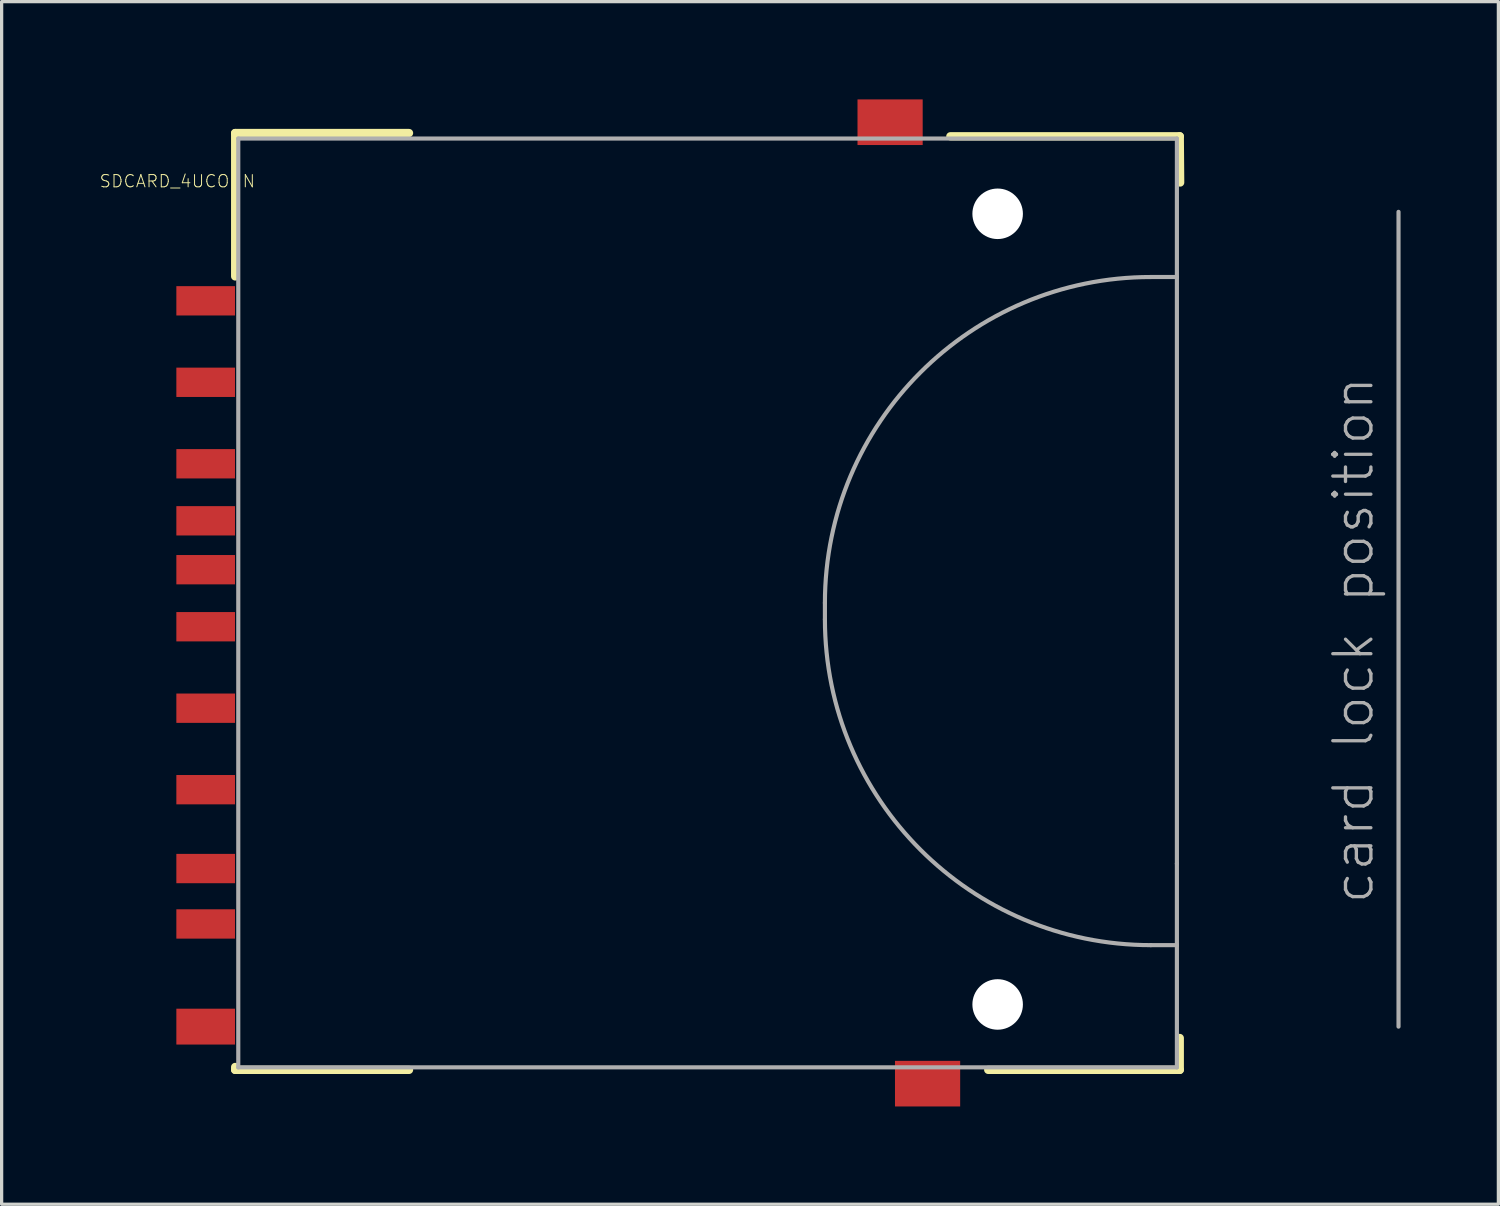
<source format=kicad_pcb>
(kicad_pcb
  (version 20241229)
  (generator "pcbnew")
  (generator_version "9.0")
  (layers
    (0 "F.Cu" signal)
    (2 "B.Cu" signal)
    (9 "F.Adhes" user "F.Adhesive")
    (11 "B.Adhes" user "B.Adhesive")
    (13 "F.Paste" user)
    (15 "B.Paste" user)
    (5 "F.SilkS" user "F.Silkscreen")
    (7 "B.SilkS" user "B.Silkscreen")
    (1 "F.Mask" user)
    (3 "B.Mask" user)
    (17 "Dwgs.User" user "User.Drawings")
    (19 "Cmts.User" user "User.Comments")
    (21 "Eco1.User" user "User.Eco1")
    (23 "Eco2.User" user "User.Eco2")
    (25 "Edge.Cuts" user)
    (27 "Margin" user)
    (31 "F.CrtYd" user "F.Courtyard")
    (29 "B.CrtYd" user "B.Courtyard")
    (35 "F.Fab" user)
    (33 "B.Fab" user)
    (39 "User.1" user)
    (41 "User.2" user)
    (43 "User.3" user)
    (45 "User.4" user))
  (footprint "SDCARD_4UCONN"
    (layer "F.Cu")
    (at 4.261 15.45)
    (property "Reference" "SDCARD_4UCONN" (at 0.54 -12.94 180) (layer "F.SilkS") (effects (font (size 0.376 0.376) (thickness 0.03)) (justify right)))
    (fp_line (start -0.095 -14.418) (end 5.239 -14.418) (stroke (width 0.254) (type solid)) (layer "F.SilkS"))
    (fp_line (start -0.095 -10.019) (end -0.095 -14.418) (stroke (width 0.254) (type solid)) (layer "F.SilkS"))
    (fp_line (start -0.095 14.238) (end -0.095 14.327) (stroke (width 0.254) (type solid)) (layer "F.SilkS"))
    (fp_line (start -0.095 14.327) (end 5.239 14.327) (stroke (width 0.254) (type solid)) (layer "F.SilkS"))
    (fp_line (start 21.849 -14.318) (end 28.888 -14.318) (stroke (width 0.254) (type solid)) (layer "F.SilkS"))
    (fp_line (start 23.011 14.327) (end 28.888 14.327) (stroke (width 0.254) (type solid)) (layer "F.SilkS"))
    (fp_line (start 28.888 -14.318) (end 28.9 -12.9) (stroke (width 0.254) (type solid)) (layer "F.SilkS"))
    (fp_line (start 28.888 14.327) (end 28.888 13.349) (stroke (width 0.254) (type solid)) (layer "F.SilkS"))
    (fp_line (start 0 -14.25) (end 28.8 -14.25) (stroke (width 0.127) (type solid)) (layer "F.Fab"))
    (fp_line (start 0 14.25) (end 0 -14.25) (stroke (width 0.127) (type solid)) (layer "F.Fab"))
    (fp_line (start 18 0) (end 18 0.5) (stroke (width 0.127) (type solid)) (layer "F.Fab"))
    (fp_line (start 28 10.5) (end 28.8 10.5) (stroke (width 0.127) (type solid)) (layer "F.Fab"))
    (fp_line (start 28.8 -14.25) (end 28.8 -10) (stroke (width 0.127) (type solid)) (layer "F.Fab"))
    (fp_line (start 28.8 -10) (end 28 -10) (stroke (width 0.127) (type solid)) (layer "F.Fab"))
    (fp_line (start 28.8 -10) (end 28.8 8) (stroke (width 0.127) (type solid)) (layer "F.Fab"))
    (fp_line (start 28.8 8) (end 28.8 10.5) (stroke (width 0.127) (type solid)) (layer "F.Fab"))
    (fp_line (start 28.8 10.5) (end 28.8 14.25) (stroke (width 0.127) (type solid)) (layer "F.Fab"))
    (fp_line (start 28.8 14.25) (end 0 14.25) (stroke (width 0.127) (type solid)) (layer "F.Fab"))
    (fp_line (start 35.6 -12) (end 35.6 13) (stroke (width 0.127) (type solid)) (layer "F.Fab"))
    (fp_arc (start 18 0) (mid 20.928932 -7.071068) (end 28 -10) (stroke (width 0.127) (type solid)) (layer "F.Fab"))
    (fp_arc (start 28 10.5) (mid 20.928931 7.571068) (end 17.999999 0.499999) (stroke (width 0.127) (type solid)) (layer "F.Fab"))
    (fp_text user "card lock position" (at 34.9 9.3 90) (layer "F.Fab") (effects (font (size 1.168 1.168) (thickness 0.102)) (justify left bottom)))
    (pad "" np_thru_hole circle (at 23.3 -11.94) (size 1.55 1.55) (drill 1.55) (layers "*.Cu" "*.Mask"))
    (pad "" np_thru_hole circle (at 23.3 12.32) (size 1.55 1.55) (drill 1.55) (layers "*.Cu" "*.Mask"))
    (pad "1" smd rect (at -1 -6.77) (size 1.8 0.9) (layers "F.Cu" "F.Mask" "F.Paste"))
    (pad "2" smd rect (at -1 -4.27) (size 1.8 0.9) (layers "F.Cu" "F.Mask" "F.Paste"))
    (pad "3" smd rect (at -1 -2.52) (size 1.8 0.9) (layers "F.Cu" "F.Mask" "F.Paste"))
    (pad "4" smd rect (at -1 0.73) (size 1.8 0.9) (layers "F.Cu" "F.Mask" "F.Paste"))
    (pad "5" smd rect (at -1 3.23) (size 1.8 0.9) (layers "F.Cu" "F.Mask" "F.Paste"))
    (pad "6" smd rect (at -1 5.73) (size 1.8 0.9) (layers "F.Cu" "F.Mask" "F.Paste"))
    (pad "7" smd rect (at -1 8.15) (size 1.8 0.9) (layers "F.Cu" "F.Mask" "F.Paste"))
    (pad "8" smd rect (at -1 9.85) (size 1.8 0.9) (layers "F.Cu" "F.Mask" "F.Paste"))
    (pad "9" smd rect (at -1 -9.27) (size 1.8 0.9) (layers "F.Cu" "F.Mask" "F.Paste"))
    (pad "CD" smd rect (at -1 -1.02) (size 1.8 0.9) (layers "F.Cu" "F.Mask" "F.Paste"))
    (pad "SH@1" smd rect (at 20 -14.75) (size 2 1.4) (layers "F.Cu" "F.Mask" "F.Paste"))
    (pad "SH@2" smd rect (at 21.15 14.75) (size 2 1.4) (layers "F.Cu" "F.Mask" "F.Paste"))
    (pad "WP" smd rect (at -1 13) (size 1.8 1.1) (layers "F.Cu" "F.Mask" "F.Paste")))
  (gr_rect
    (start -3 -3)
    (end 42.925 33.9)
    (stroke (width 0.1) (type default))
    (fill no)
    (layer "Edge.Cuts")))
</source>
